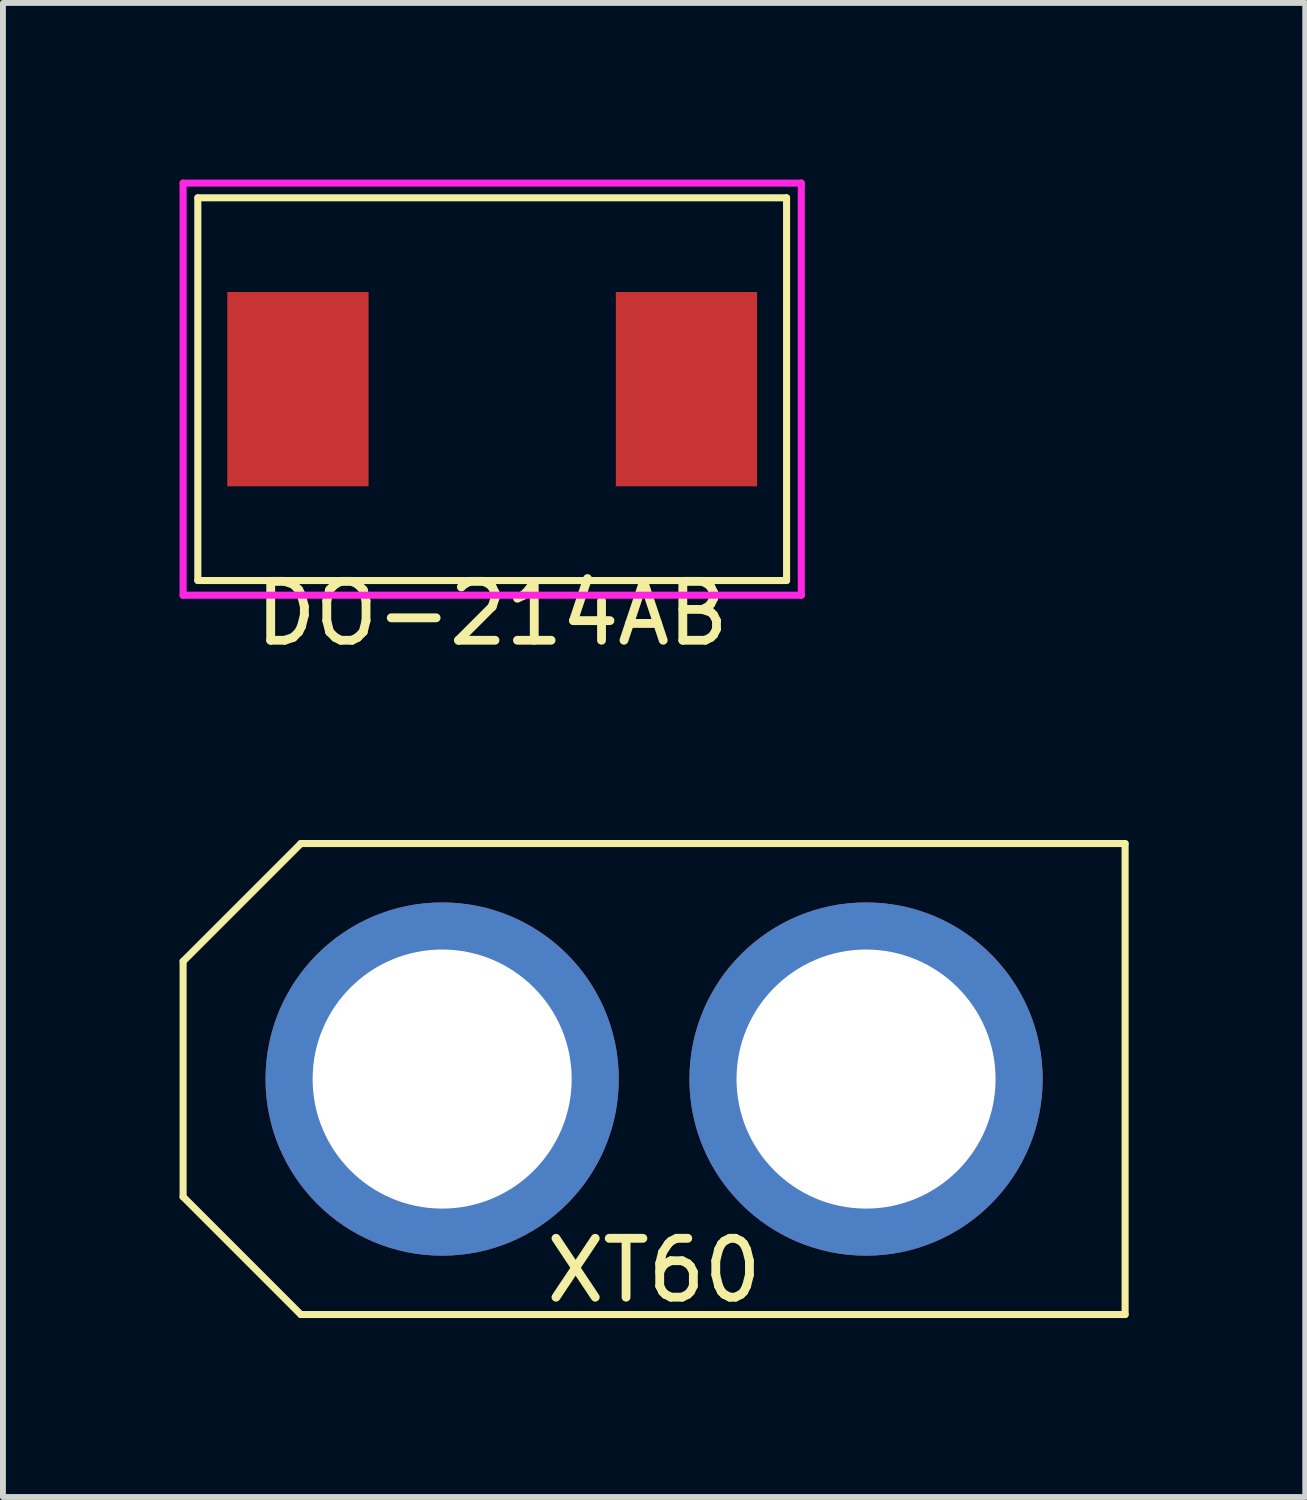
<source format=kicad_pcb>
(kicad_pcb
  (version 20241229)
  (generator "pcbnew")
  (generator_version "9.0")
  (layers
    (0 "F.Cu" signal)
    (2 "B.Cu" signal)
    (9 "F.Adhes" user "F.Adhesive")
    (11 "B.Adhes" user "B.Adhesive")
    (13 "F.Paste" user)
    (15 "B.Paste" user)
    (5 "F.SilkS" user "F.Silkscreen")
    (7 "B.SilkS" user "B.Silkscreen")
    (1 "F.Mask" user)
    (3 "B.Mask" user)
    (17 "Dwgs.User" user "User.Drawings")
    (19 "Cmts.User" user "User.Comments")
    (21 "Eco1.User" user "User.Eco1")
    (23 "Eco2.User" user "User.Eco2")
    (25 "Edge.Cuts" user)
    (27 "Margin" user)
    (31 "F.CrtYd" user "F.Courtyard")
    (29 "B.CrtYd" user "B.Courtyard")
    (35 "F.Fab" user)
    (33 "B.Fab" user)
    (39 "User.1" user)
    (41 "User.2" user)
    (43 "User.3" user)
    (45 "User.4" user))
  (footprint "XT60"
    (layer "F.Cu")
    (at 8.06 15.278)
    (property "Reference" "XT60" (at 0 3.25 0) (layer "F.SilkS") (effects (font (size 1 1) (thickness 0.15))))
    (attr through_hole)
    (fp_line (start -8 -2) (end -8 2) (stroke (width 0.12) (type solid)) (layer "F.SilkS"))
    (fp_line (start -8 2) (end -6 4) (stroke (width 0.12) (type solid)) (layer "F.SilkS"))
    (fp_line (start -6 -4) (end -8 -2) (stroke (width 0.12) (type solid)) (layer "F.SilkS"))
    (fp_line (start -6 4) (end 8 4) (stroke (width 0.12) (type solid)) (layer "F.SilkS"))
    (fp_line (start 8 -4) (end -6 -4) (stroke (width 0.12) (type solid)) (layer "F.SilkS"))
    (fp_line (start 8 4) (end 8 -4) (stroke (width 0.12) (type solid)) (layer "F.SilkS"))
    (pad "1" thru_hole circle (at -3.6 0) (size 6 6) (drill 4.4) (layers "*.Cu" "*.Mask"))
    (pad "2" thru_hole circle (at 3.6 0) (size 6 6) (drill 4.4) (layers "*.Cu" "*.Mask")))
  (footprint "DO-214AB"
    (layer "F.Cu")
    (at 5.31 3.56)
    (property "Reference" "DO-214AB" (at 0 3.81 0) (layer "F.SilkS") (effects (font (size 1 1) (thickness 0.15))))
    (attr through_hole)
    (fp_line (start -5 -3.25) (end 5 -3.25) (stroke (width 0.12) (type solid)) (layer "F.SilkS"))
    (fp_line (start -5 3.25) (end -5 -3.25) (stroke (width 0.12) (type solid)) (layer "F.SilkS"))
    (fp_line (start 5 -3.25) (end 5 3.25) (stroke (width 0.12) (type solid)) (layer "F.SilkS"))
    (fp_line (start 5 3.25) (end -5 3.25) (stroke (width 0.12) (type solid)) (layer "F.SilkS"))
    (fp_line (start -5.25 -3.5) (end 5.25 -3.5) (stroke (width 0.12) (type solid)) (layer "F.CrtYd"))
    (fp_line (start -5.25 3.5) (end -5.25 -3.5) (stroke (width 0.12) (type solid)) (layer "F.CrtYd"))
    (fp_line (start 5.25 -3.5) (end 5.25 3.5) (stroke (width 0.12) (type solid)) (layer "F.CrtYd"))
    (fp_line (start 5.25 3.5) (end -5.25 3.5) (stroke (width 0.12) (type solid)) (layer "F.CrtYd"))
    (pad "1" smd rect (at -3.3 0) (size 2.4 3.3) (layers "F.Cu" "F.Mask" "F.Paste"))
    (pad "2" smd rect (at 3.3 0) (size 2.4 3.3) (layers "F.Cu" "F.Mask" "F.Paste")))
  (gr_rect
    (start -3 -3)
    (end 19.12 22.377)
    (stroke (width 0.1) (type default))
    (fill no)
    (layer "Edge.Cuts")))
</source>
